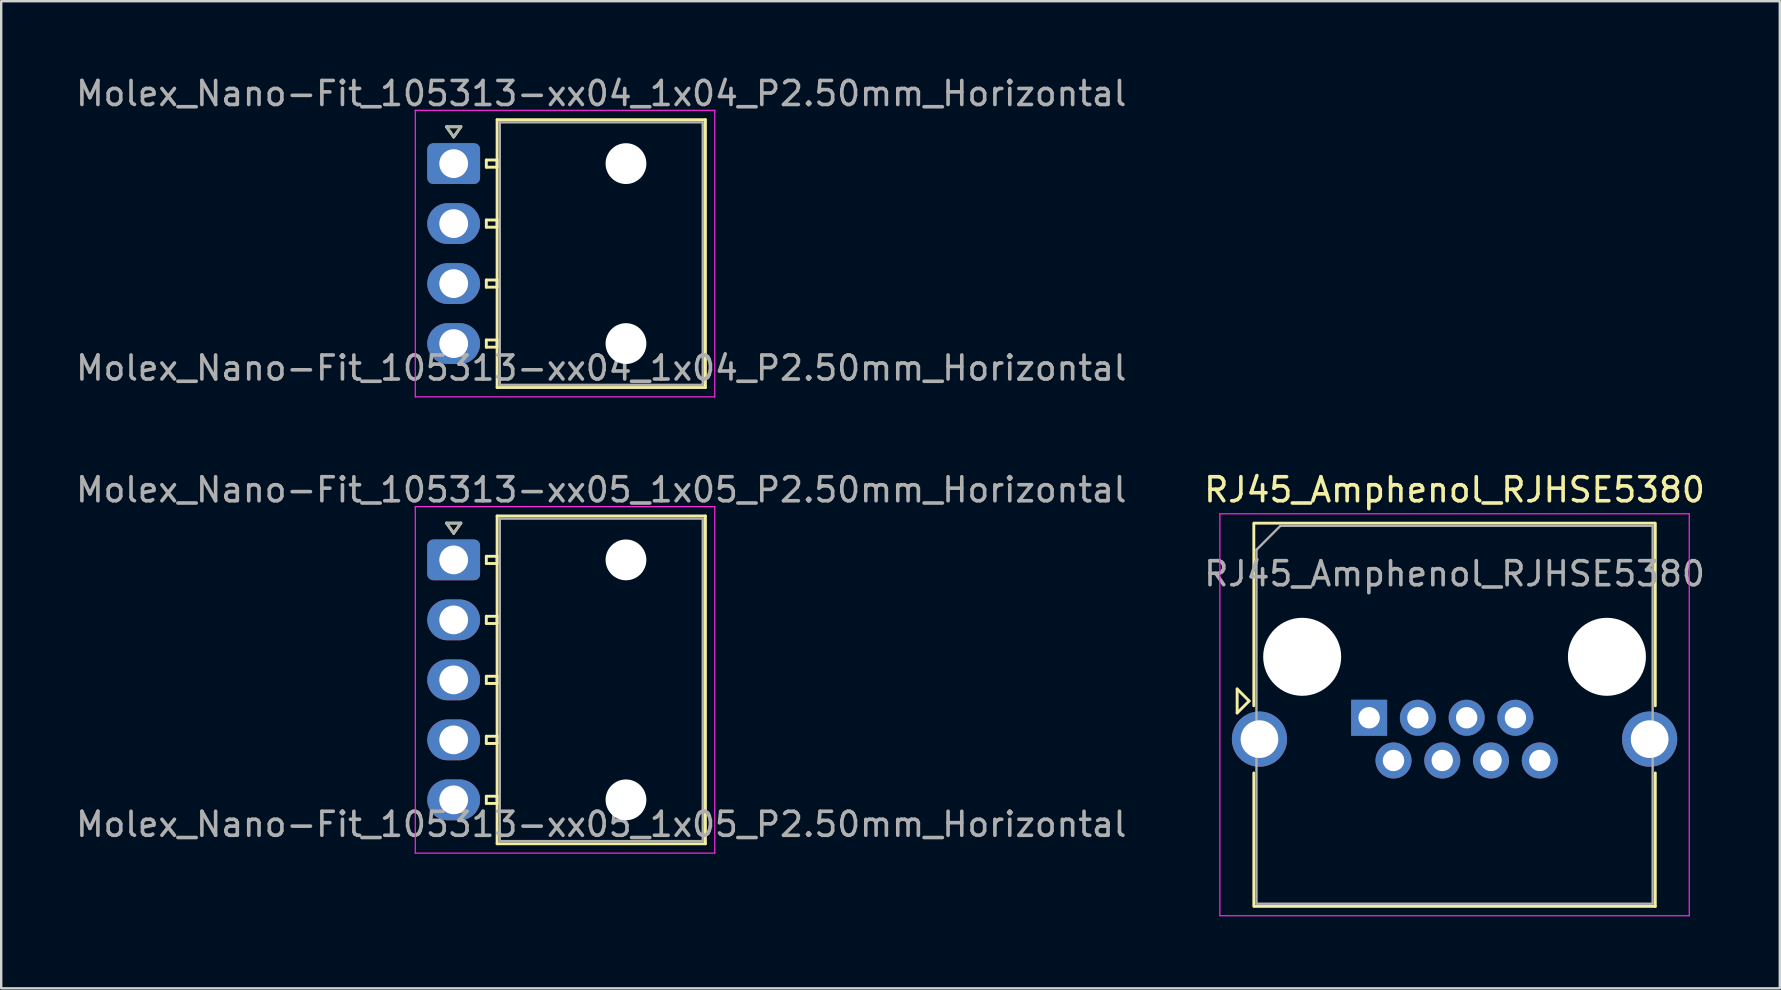
<source format=kicad_pcb>
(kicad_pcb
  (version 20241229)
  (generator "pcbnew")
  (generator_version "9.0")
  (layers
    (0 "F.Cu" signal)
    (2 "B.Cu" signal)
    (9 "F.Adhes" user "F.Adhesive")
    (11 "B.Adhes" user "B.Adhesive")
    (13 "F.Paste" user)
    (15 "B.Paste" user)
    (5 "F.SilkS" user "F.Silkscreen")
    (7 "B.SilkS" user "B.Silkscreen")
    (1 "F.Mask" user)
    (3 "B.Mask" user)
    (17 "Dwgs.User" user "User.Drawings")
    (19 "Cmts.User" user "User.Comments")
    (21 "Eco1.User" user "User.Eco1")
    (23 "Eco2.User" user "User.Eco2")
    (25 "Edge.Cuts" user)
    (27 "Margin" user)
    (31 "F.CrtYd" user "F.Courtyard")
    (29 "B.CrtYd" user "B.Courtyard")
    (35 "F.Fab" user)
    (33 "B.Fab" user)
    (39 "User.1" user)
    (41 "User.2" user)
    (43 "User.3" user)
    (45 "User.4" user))
  (footprint "Molex_Nano-Fit_105313-xx05_1x05_P2.50mm_Horizontal"
    (layer "F.Cu")
    (at 15.856 20.282)
    (property "Reference" "Molex_Nano-Fit_105313-xx05_1x05_P2.50mm_Horizontal" (at 6.15 -2.92 0) (layer "F.Fab") (effects (font (size 1 1) (thickness 0.15))))
    (attr through_hole)
    (fp_line (start -0.3 -1.534) (end 0 -1.11) (stroke (width 0.12) (type solid)) (layer "F.SilkS"))
    (fp_line (start 0 -1.11) (end 0.3 -1.534) (stroke (width 0.12) (type solid)) (layer "F.SilkS"))
    (fp_line (start 0.3 -1.534) (end -0.3 -1.534) (stroke (width 0.12) (type solid)) (layer "F.SilkS"))
    (fp_line (start 1.36 -0.15) (end 1.36 0.15) (stroke (width 0.12) (type solid)) (layer "F.SilkS"))
    (fp_line (start 1.36 0.15) (end 1.81 0.15) (stroke (width 0.12) (type solid)) (layer "F.SilkS"))
    (fp_line (start 1.36 2.35) (end 1.36 2.65) (stroke (width 0.12) (type solid)) (layer "F.SilkS"))
    (fp_line (start 1.36 2.65) (end 1.81 2.65) (stroke (width 0.12) (type solid)) (layer "F.SilkS"))
    (fp_line (start 1.36 4.85) (end 1.36 5.15) (stroke (width 0.12) (type solid)) (layer "F.SilkS"))
    (fp_line (start 1.36 5.15) (end 1.81 5.15) (stroke (width 0.12) (type solid)) (layer "F.SilkS"))
    (fp_line (start 1.36 7.35) (end 1.36 7.65) (stroke (width 0.12) (type solid)) (layer "F.SilkS"))
    (fp_line (start 1.36 7.65) (end 1.81 7.65) (stroke (width 0.12) (type solid)) (layer "F.SilkS"))
    (fp_line (start 1.36 9.85) (end 1.36 10.15) (stroke (width 0.12) (type solid)) (layer "F.SilkS"))
    (fp_line (start 1.36 10.15) (end 1.81 10.15) (stroke (width 0.12) (type solid)) (layer "F.SilkS"))
    (fp_line (start 1.81 -1.83) (end 1.81 11.83) (stroke (width 0.12) (type solid)) (layer "F.SilkS"))
    (fp_line (start 1.81 -0.15) (end 1.36 -0.15) (stroke (width 0.12) (type solid)) (layer "F.SilkS"))
    (fp_line (start 1.81 0.15) (end 1.81 -0.15) (stroke (width 0.12) (type solid)) (layer "F.SilkS"))
    (fp_line (start 1.81 2.35) (end 1.36 2.35) (stroke (width 0.12) (type solid)) (layer "F.SilkS"))
    (fp_line (start 1.81 2.65) (end 1.81 2.35) (stroke (width 0.12) (type solid)) (layer "F.SilkS"))
    (fp_line (start 1.81 4.85) (end 1.36 4.85) (stroke (width 0.12) (type solid)) (layer "F.SilkS"))
    (fp_line (start 1.81 5.15) (end 1.81 4.85) (stroke (width 0.12) (type solid)) (layer "F.SilkS"))
    (fp_line (start 1.81 7.35) (end 1.36 7.35) (stroke (width 0.12) (type solid)) (layer "F.SilkS"))
    (fp_line (start 1.81 7.65) (end 1.81 7.35) (stroke (width 0.12) (type solid)) (layer "F.SilkS"))
    (fp_line (start 1.81 9.85) (end 1.36 9.85) (stroke (width 0.12) (type solid)) (layer "F.SilkS"))
    (fp_line (start 1.81 10.15) (end 1.81 9.85) (stroke (width 0.12) (type solid)) (layer "F.SilkS"))
    (fp_line (start 1.81 11.83) (end 10.49 11.83) (stroke (width 0.12) (type solid)) (layer "F.SilkS"))
    (fp_line (start 10.49 -1.83) (end 1.81 -1.83) (stroke (width 0.12) (type solid)) (layer "F.SilkS"))
    (fp_line (start 10.49 11.83) (end 10.49 -1.83) (stroke (width 0.12) (type solid)) (layer "F.SilkS"))
    (fp_line (start -1.6 -2.22) (end -1.6 12.22) (stroke (width 0.05) (type solid)) (layer "F.CrtYd"))
    (fp_line (start -1.6 12.22) (end 10.88 12.22) (stroke (width 0.05) (type solid)) (layer "F.CrtYd"))
    (fp_line (start 10.88 -2.22) (end -1.6 -2.22) (stroke (width 0.05) (type solid)) (layer "F.CrtYd"))
    (fp_line (start 10.88 12.22) (end 10.88 -2.22) (stroke (width 0.05) (type solid)) (layer "F.CrtYd"))
    (fp_line (start -0.3 -1.534) (end 0 -1.11) (stroke (width 0.1) (type solid)) (layer "F.Fab"))
    (fp_line (start 0 -1.11) (end 0.3 -1.534) (stroke (width 0.1) (type solid)) (layer "F.Fab"))
    (fp_line (start 0.3 -1.534) (end -0.3 -1.534) (stroke (width 0.1) (type solid)) (layer "F.Fab"))
    (fp_line (start 1.92 -1.72) (end 1.92 11.72) (stroke (width 0.1) (type solid)) (layer "F.Fab"))
    (fp_line (start 1.92 11.72) (end 10.38 11.72) (stroke (width 0.1) (type solid)) (layer "F.Fab"))
    (fp_line (start 10.38 -1.72) (end 1.92 -1.72) (stroke (width 0.1) (type solid)) (layer "F.Fab"))
    (fp_line (start 10.38 11.72) (end 10.38 -1.72) (stroke (width 0.1) (type solid)) (layer "F.Fab"))
    (fp_text user "${REFERENCE}" (at 6.15 11.02 0) (layer "F.Fab") (effects (font (size 1 1) (thickness 0.15))))
    (pad "" np_thru_hole circle (at 7.18 0) (size 1.7 1.7) (drill 1.7) (layers "*.Cu" "*.Mask"))
    (pad "" np_thru_hole circle (at 7.18 10) (size 1.7 1.7) (drill 1.7) (layers "*.Cu" "*.Mask"))
    (pad "1" thru_hole roundrect (at 0 0) (size 2.2 1.7) (drill 1.2) (layers "*.Cu" "*.Mask") (roundrect_rratio 0.147))
    (pad "2" thru_hole oval (at 0 2.5) (size 2.2 1.7) (drill 1.2) (layers "*.Cu" "*.Mask"))
    (pad "3" thru_hole oval (at 0 5) (size 2.2 1.7) (drill 1.2) (layers "*.Cu" "*.Mask"))
    (pad "4" thru_hole oval (at 0 7.5) (size 2.2 1.7) (drill 1.2) (layers "*.Cu" "*.Mask"))
    (pad "5" thru_hole oval (at 0 10) (size 2.2 1.7) (drill 1.2) (layers "*.Cu" "*.Mask")))
  (footprint "Molex_Nano-Fit_105313-xx04_1x04_P2.50mm_Horizontal"
    (layer "F.Cu")
    (at 15.856 3.768)
    (property "Reference" "Molex_Nano-Fit_105313-xx04_1x04_P2.50mm_Horizontal" (at 6.15 -2.92 0) (layer "F.Fab") (effects (font (size 1 1) (thickness 0.15))))
    (attr through_hole)
    (fp_line (start -0.3 -1.534) (end 0 -1.11) (stroke (width 0.12) (type solid)) (layer "F.SilkS"))
    (fp_line (start 0 -1.11) (end 0.3 -1.534) (stroke (width 0.12) (type solid)) (layer "F.SilkS"))
    (fp_line (start 0.3 -1.534) (end -0.3 -1.534) (stroke (width 0.12) (type solid)) (layer "F.SilkS"))
    (fp_line (start 1.36 -0.15) (end 1.36 0.15) (stroke (width 0.12) (type solid)) (layer "F.SilkS"))
    (fp_line (start 1.36 0.15) (end 1.81 0.15) (stroke (width 0.12) (type solid)) (layer "F.SilkS"))
    (fp_line (start 1.36 2.35) (end 1.36 2.65) (stroke (width 0.12) (type solid)) (layer "F.SilkS"))
    (fp_line (start 1.36 2.65) (end 1.81 2.65) (stroke (width 0.12) (type solid)) (layer "F.SilkS"))
    (fp_line (start 1.36 4.85) (end 1.36 5.15) (stroke (width 0.12) (type solid)) (layer "F.SilkS"))
    (fp_line (start 1.36 5.15) (end 1.81 5.15) (stroke (width 0.12) (type solid)) (layer "F.SilkS"))
    (fp_line (start 1.36 7.35) (end 1.36 7.65) (stroke (width 0.12) (type solid)) (layer "F.SilkS"))
    (fp_line (start 1.36 7.65) (end 1.81 7.65) (stroke (width 0.12) (type solid)) (layer "F.SilkS"))
    (fp_line (start 1.81 -1.83) (end 1.81 9.33) (stroke (width 0.12) (type solid)) (layer "F.SilkS"))
    (fp_line (start 1.81 -0.15) (end 1.36 -0.15) (stroke (width 0.12) (type solid)) (layer "F.SilkS"))
    (fp_line (start 1.81 0.15) (end 1.81 -0.15) (stroke (width 0.12) (type solid)) (layer "F.SilkS"))
    (fp_line (start 1.81 2.35) (end 1.36 2.35) (stroke (width 0.12) (type solid)) (layer "F.SilkS"))
    (fp_line (start 1.81 2.65) (end 1.81 2.35) (stroke (width 0.12) (type solid)) (layer "F.SilkS"))
    (fp_line (start 1.81 4.85) (end 1.36 4.85) (stroke (width 0.12) (type solid)) (layer "F.SilkS"))
    (fp_line (start 1.81 5.15) (end 1.81 4.85) (stroke (width 0.12) (type solid)) (layer "F.SilkS"))
    (fp_line (start 1.81 7.35) (end 1.36 7.35) (stroke (width 0.12) (type solid)) (layer "F.SilkS"))
    (fp_line (start 1.81 7.65) (end 1.81 7.35) (stroke (width 0.12) (type solid)) (layer "F.SilkS"))
    (fp_line (start 1.81 9.33) (end 10.49 9.33) (stroke (width 0.12) (type solid)) (layer "F.SilkS"))
    (fp_line (start 10.49 -1.83) (end 1.81 -1.83) (stroke (width 0.12) (type solid)) (layer "F.SilkS"))
    (fp_line (start 10.49 9.33) (end 10.49 -1.83) (stroke (width 0.12) (type solid)) (layer "F.SilkS"))
    (fp_line (start -1.6 -2.22) (end -1.6 9.72) (stroke (width 0.05) (type solid)) (layer "F.CrtYd"))
    (fp_line (start -1.6 9.72) (end 10.88 9.72) (stroke (width 0.05) (type solid)) (layer "F.CrtYd"))
    (fp_line (start 10.88 -2.22) (end -1.6 -2.22) (stroke (width 0.05) (type solid)) (layer "F.CrtYd"))
    (fp_line (start 10.88 9.72) (end 10.88 -2.22) (stroke (width 0.05) (type solid)) (layer "F.CrtYd"))
    (fp_line (start -0.3 -1.534) (end 0 -1.11) (stroke (width 0.1) (type solid)) (layer "F.Fab"))
    (fp_line (start 0 -1.11) (end 0.3 -1.534) (stroke (width 0.1) (type solid)) (layer "F.Fab"))
    (fp_line (start 0.3 -1.534) (end -0.3 -1.534) (stroke (width 0.1) (type solid)) (layer "F.Fab"))
    (fp_line (start 1.92 -1.72) (end 1.92 9.22) (stroke (width 0.1) (type solid)) (layer "F.Fab"))
    (fp_line (start 1.92 9.22) (end 10.38 9.22) (stroke (width 0.1) (type solid)) (layer "F.Fab"))
    (fp_line (start 10.38 -1.72) (end 1.92 -1.72) (stroke (width 0.1) (type solid)) (layer "F.Fab"))
    (fp_line (start 10.38 9.22) (end 10.38 -1.72) (stroke (width 0.1) (type solid)) (layer "F.Fab"))
    (fp_text user "${REFERENCE}" (at 6.15 8.52 0) (layer "F.Fab") (effects (font (size 1 1) (thickness 0.15))))
    (pad "" np_thru_hole circle (at 7.18 0) (size 1.7 1.7) (drill 1.7) (layers "*.Cu" "*.Mask"))
    (pad "" np_thru_hole circle (at 7.18 7.5) (size 1.7 1.7) (drill 1.7) (layers "*.Cu" "*.Mask"))
    (pad "1" thru_hole roundrect (at 0 0) (size 2.2 1.7) (drill 1.2) (layers "*.Cu" "*.Mask") (roundrect_rratio 0.147))
    (pad "2" thru_hole oval (at 0 2.5) (size 2.2 1.7) (drill 1.2) (layers "*.Cu" "*.Mask"))
    (pad "3" thru_hole oval (at 0 5) (size 2.2 1.7) (drill 1.2) (layers "*.Cu" "*.Mask"))
    (pad "4" thru_hole oval (at 0 7.5) (size 2.2 1.7) (drill 1.2) (layers "*.Cu" "*.Mask")))
  (footprint "RJ45_Amphenol_RJHSE5380"
    (layer "F.Cu")
    (at 54.005 26.861)
    (property "Reference" "RJ45_Amphenol_RJHSE5380" (at 3.56 -9.5 0) (layer "F.SilkS") (effects (font (size 1 1) (thickness 0.15))))
    (attr through_hole)
    (fp_line (start -5.5 -1.2) (end -5 -0.7) (stroke (width 0.12) (type solid)) (layer "F.SilkS"))
    (fp_line (start -5.5 -0.2) (end -5.5 -1.2) (stroke (width 0.12) (type solid)) (layer "F.SilkS"))
    (fp_line (start -5 -0.7) (end -5.5 -0.2) (stroke (width 0.12) (type solid)) (layer "F.SilkS"))
    (fp_line (start -4.805 -8.11) (end -4.805 -0.5) (stroke (width 0.12) (type solid)) (layer "F.SilkS"))
    (fp_line (start -4.805 7.86) (end -4.805 2.3) (stroke (width 0.12) (type solid)) (layer "F.SilkS"))
    (fp_line (start -4.76 -8.11) (end 11.88 -8.11) (stroke (width 0.12) (type solid)) (layer "F.SilkS"))
    (fp_line (start -4.76 7.86) (end 11.925 7.86) (stroke (width 0.12) (type solid)) (layer "F.SilkS"))
    (fp_line (start 11.925 -8.11) (end 11.925 -0.5) (stroke (width 0.12) (type solid)) (layer "F.SilkS"))
    (fp_line (start 11.925 7.86) (end 11.925 2.3) (stroke (width 0.12) (type solid)) (layer "F.SilkS"))
    (fp_line (start -6.22 -8.5) (end -6.22 8.25) (stroke (width 0.05) (type solid)) (layer "F.CrtYd"))
    (fp_line (start -6.22 -8.5) (end 13.34 -8.5) (stroke (width 0.05) (type solid)) (layer "F.CrtYd"))
    (fp_line (start -6.22 8.25) (end 13.34 8.25) (stroke (width 0.05) (type solid)) (layer "F.CrtYd"))
    (fp_line (start 13.34 -8.5) (end 13.34 8.25) (stroke (width 0.05) (type solid)) (layer "F.CrtYd"))
    (fp_line (start -4.695 -7) (end -4.695 7.75) (stroke (width 0.1) (type solid)) (layer "F.Fab"))
    (fp_line (start -4.695 -7) (end -3.695 -8) (stroke (width 0.1) (type solid)) (layer "F.Fab"))
    (fp_line (start -4.695 7.75) (end 11.815 7.75) (stroke (width 0.1) (type solid)) (layer "F.Fab"))
    (fp_line (start -3.695 -8) (end 11.815 -8) (stroke (width 0.1) (type solid)) (layer "F.Fab"))
    (fp_line (start 11.815 -8) (end 11.815 7.75) (stroke (width 0.1) (type solid)) (layer "F.Fab"))
    (fp_text user "${REFERENCE}" (at 3.56 -6 0) (layer "F.Fab") (effects (font (size 1 1) (thickness 0.15))))
    (pad "" np_thru_hole circle (at -2.79 -2.54) (size 3.25 3.25) (drill 3.25) (layers "*.Cu" "*.Mask"))
    (pad "" np_thru_hole circle (at 9.91 -2.54) (size 3.25 3.25) (drill 3.25) (layers "*.Cu" "*.Mask"))
    (pad "1" thru_hole rect (at 0 0) (size 1.5 1.5) (drill 0.89) (layers "*.Cu" "*.Mask"))
    (pad "2" thru_hole circle (at 1.016 1.78) (size 1.5 1.5) (drill 0.89) (layers "*.Cu" "*.Mask"))
    (pad "3" thru_hole circle (at 2.032 0) (size 1.5 1.5) (drill 0.89) (layers "*.Cu" "*.Mask"))
    (pad "4" thru_hole circle (at 3.048 1.78) (size 1.5 1.5) (drill 0.89) (layers "*.Cu" "*.Mask"))
    (pad "5" thru_hole circle (at 4.064 0) (size 1.5 1.5) (drill 0.89) (layers "*.Cu" "*.Mask"))
    (pad "6" thru_hole circle (at 5.08 1.78) (size 1.5 1.5) (drill 0.89) (layers "*.Cu" "*.Mask"))
    (pad "7" thru_hole circle (at 6.096 0) (size 1.5 1.5) (drill 0.89) (layers "*.Cu" "*.Mask"))
    (pad "8" thru_hole circle (at 7.112 1.78) (size 1.5 1.5) (drill 0.89) (layers "*.Cu" "*.Mask"))
    (pad "SH" thru_hole circle (at -4.57 0.89) (size 2.3 2.3) (drill 1.57) (layers "*.Cu" "*.Mask"))
    (pad "SH" thru_hole circle (at 11.69 0.89) (size 2.3 2.3) (drill 1.57) (layers "*.Cu" "*.Mask")))
  (gr_rect
    (start -3 -3)
    (end 71.119 38.136)
    (stroke (width 0.1) (type default))
    (fill no)
    (layer "Edge.Cuts")))
</source>
